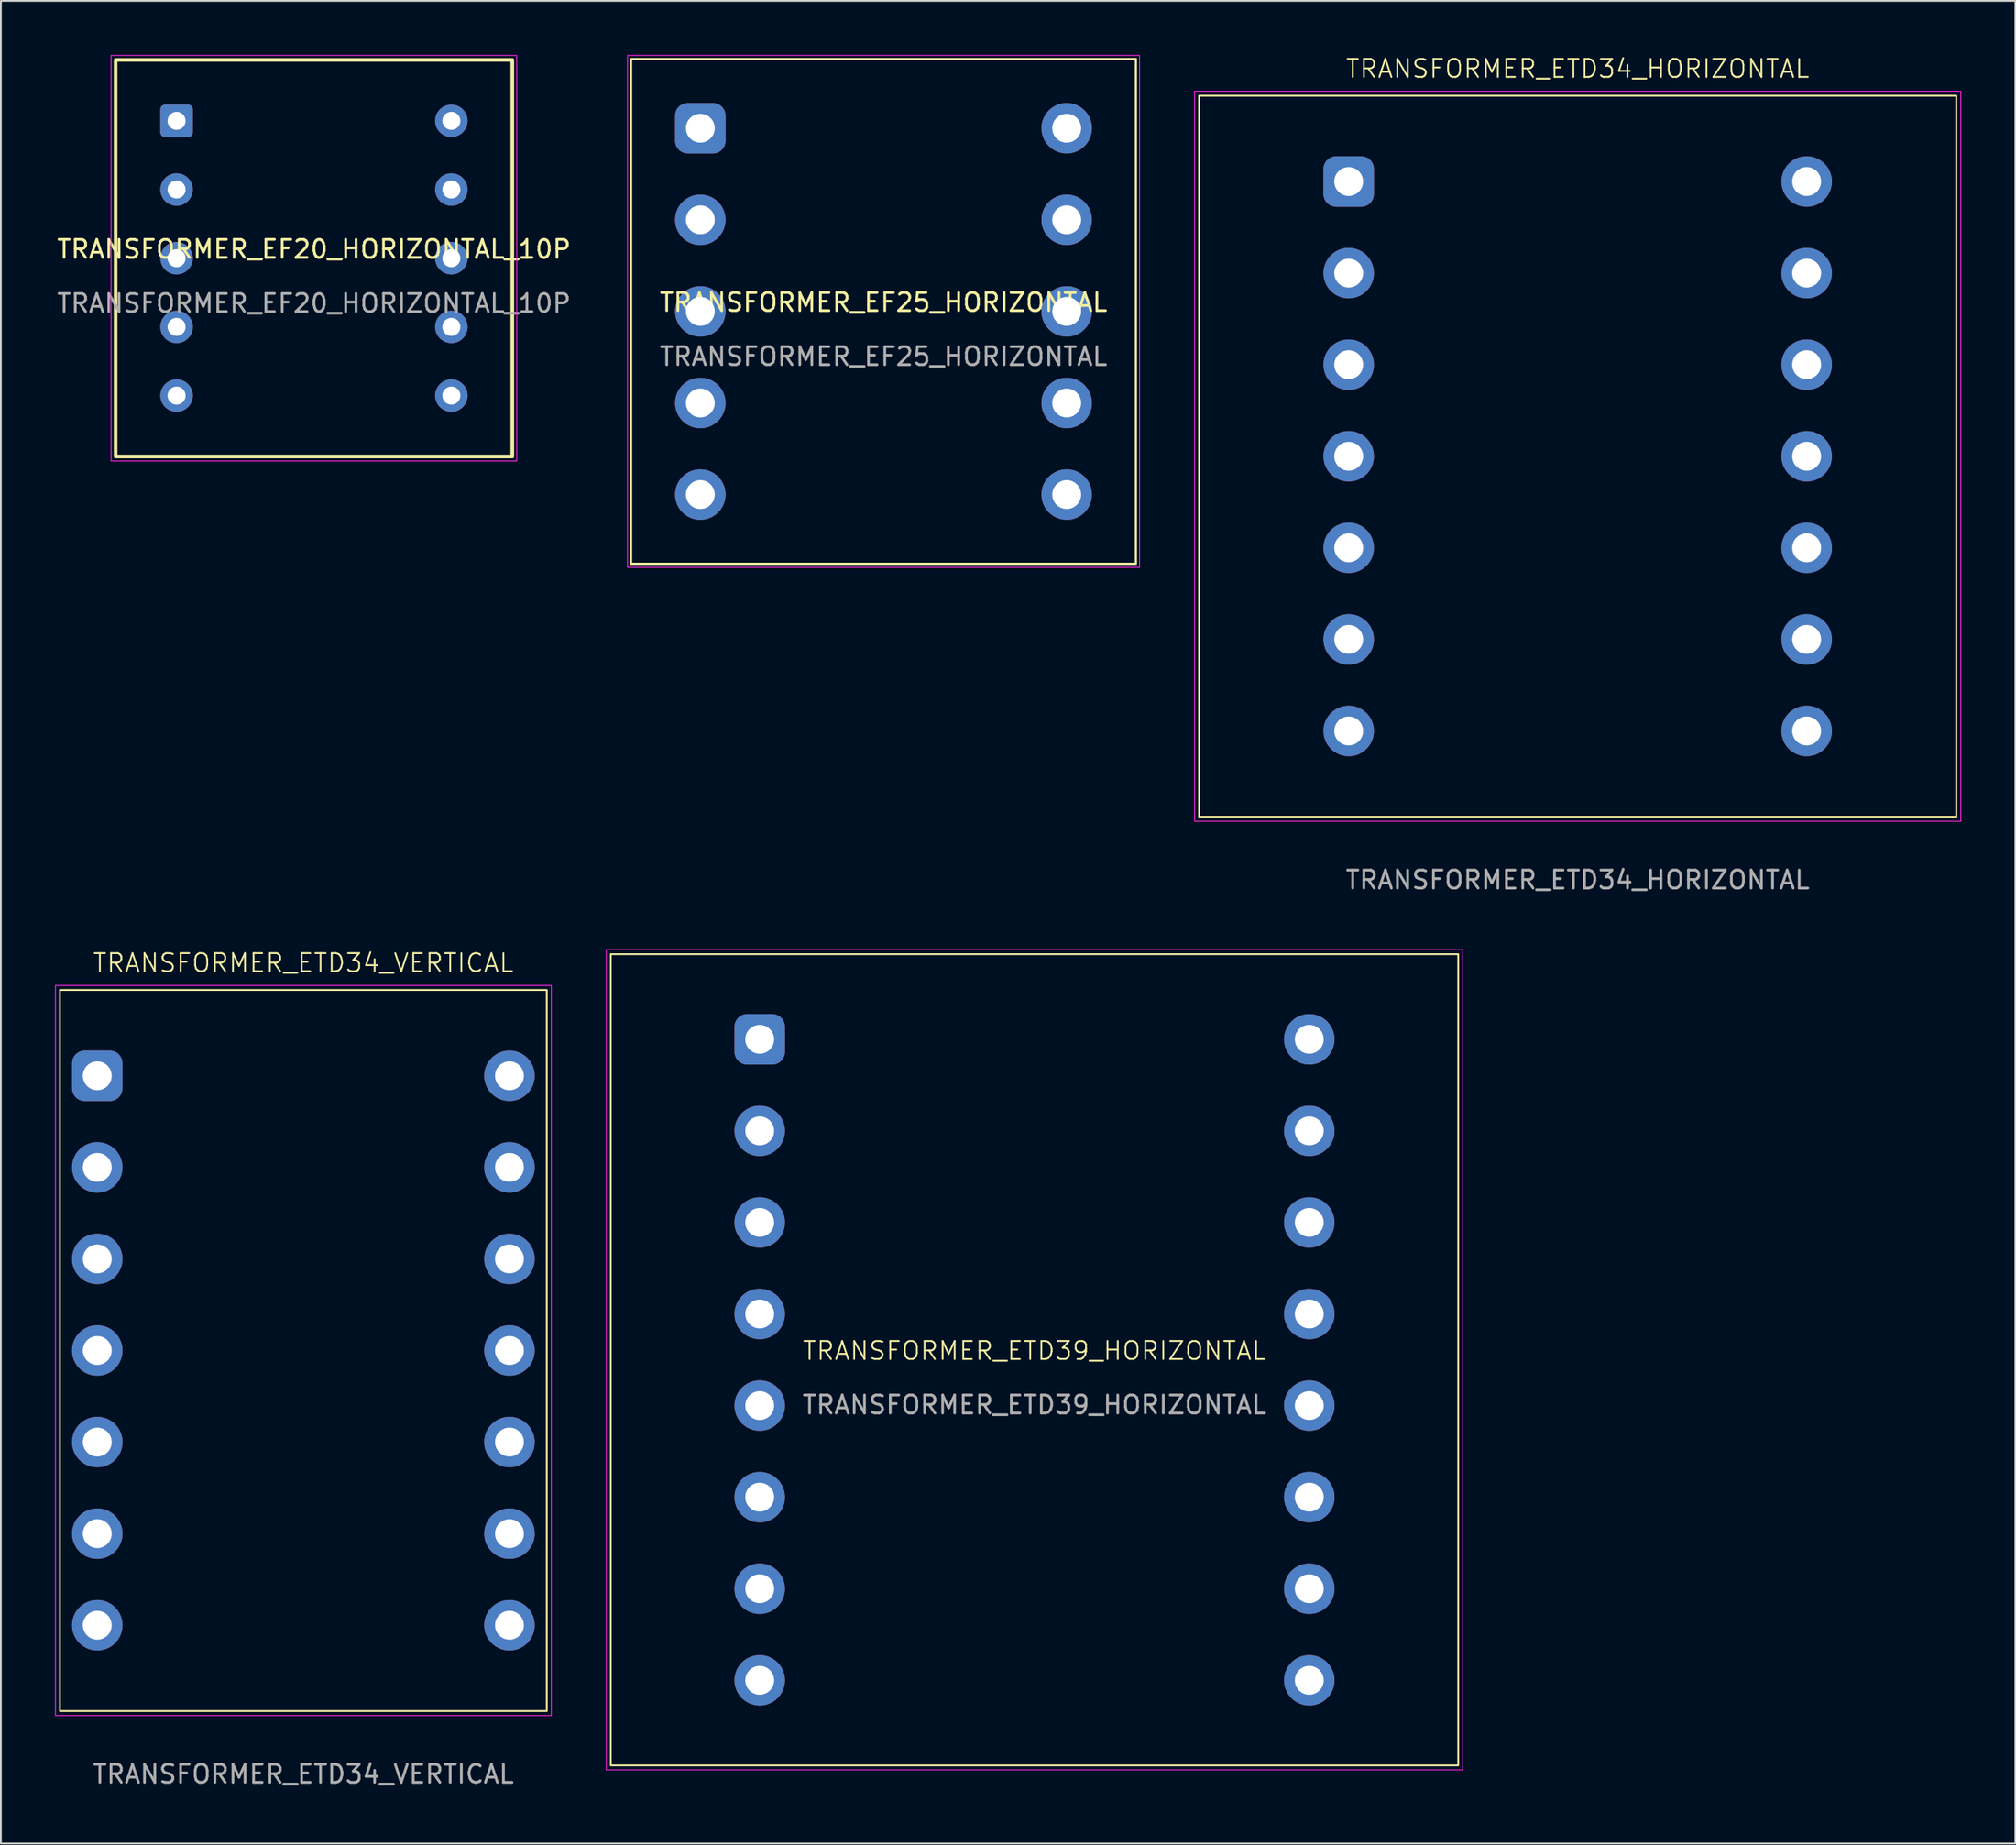
<source format=kicad_pcb>
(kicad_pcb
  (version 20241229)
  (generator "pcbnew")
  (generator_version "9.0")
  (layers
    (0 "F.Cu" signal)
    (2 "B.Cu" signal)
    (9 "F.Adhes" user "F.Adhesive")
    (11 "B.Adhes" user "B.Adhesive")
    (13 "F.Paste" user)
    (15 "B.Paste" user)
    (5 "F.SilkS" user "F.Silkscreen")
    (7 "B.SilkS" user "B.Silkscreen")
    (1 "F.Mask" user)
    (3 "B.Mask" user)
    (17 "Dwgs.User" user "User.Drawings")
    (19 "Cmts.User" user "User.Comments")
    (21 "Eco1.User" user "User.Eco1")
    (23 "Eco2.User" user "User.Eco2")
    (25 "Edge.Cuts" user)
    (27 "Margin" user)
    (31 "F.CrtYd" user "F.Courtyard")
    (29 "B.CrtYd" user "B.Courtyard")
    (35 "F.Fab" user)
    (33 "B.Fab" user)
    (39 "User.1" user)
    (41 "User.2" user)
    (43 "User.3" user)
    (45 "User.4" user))
  (footprint "TRANSFORMER_ETD39_HORIZONTAL"
    (layer "F.Cu")
    (at 54.325 72.384)
    (property "Reference" "TRANSFORMER_ETD39_HORIZONTAL" (at 0 -0.5 0) (unlocked yes) (layer "F.SilkS") (effects (font (size 1 1) (thickness 0.1))))
    (attr through_hole)
    (fp_rect (start -23.5 -22.5) (end 23.5 22.5) (stroke (width 0.1) (type default)) (fill no) (layer "F.SilkS"))
    (fp_rect (start -23.75 -22.75) (end 23.75 22.75) (stroke (width 0.05) (type default)) (fill no) (layer "F.CrtYd"))
    (fp_text user "${REFERENCE}" (at 0 2.5 0) (unlocked yes) (layer "F.Fab") (effects (font (size 1 1) (thickness 0.15))))
    (pad "1" thru_hole roundrect (at -15.24 -17.78 180) (size 2.8 2.8) (drill 1.6) (layers "*.Cu" "*.Mask") (roundrect_rratio 0.25))
    (pad "2" thru_hole circle (at -15.24 -12.7 180) (size 2.8 2.8) (drill 1.6) (layers "*.Cu" "*.Mask"))
    (pad "3" thru_hole circle (at -15.24 -7.62 180) (size 2.8 2.8) (drill 1.6) (layers "*.Cu" "*.Mask"))
    (pad "4" thru_hole circle (at -15.24 -2.54 180) (size 2.8 2.8) (drill 1.6) (layers "*.Cu" "*.Mask"))
    (pad "5" thru_hole circle (at -15.24 2.54 180) (size 2.8 2.8) (drill 1.6) (layers "*.Cu" "*.Mask"))
    (pad "6" thru_hole circle (at -15.24 7.62 180) (size 2.8 2.8) (drill 1.6) (layers "*.Cu" "*.Mask"))
    (pad "7" thru_hole circle (at -15.24 12.7 180) (size 2.8 2.8) (drill 1.6) (layers "*.Cu" "*.Mask"))
    (pad "8" thru_hole circle (at -15.24 17.78 180) (size 2.8 2.8) (drill 1.6) (layers "*.Cu" "*.Mask"))
    (pad "9" thru_hole circle (at 15.24 17.78 180) (size 2.8 2.8) (drill 1.6) (layers "*.Cu" "*.Mask"))
    (pad "10" thru_hole circle (at 15.24 12.7 180) (size 2.8 2.8) (drill 1.6) (layers "*.Cu" "*.Mask"))
    (pad "11" thru_hole circle (at 15.24 7.62 180) (size 2.8 2.8) (drill 1.6) (layers "*.Cu" "*.Mask"))
    (pad "12" thru_hole circle (at 15.24 2.54 180) (size 2.8 2.8) (drill 1.6) (layers "*.Cu" "*.Mask"))
    (pad "13" thru_hole circle (at 15.24 -2.54 180) (size 2.8 2.8) (drill 1.6) (layers "*.Cu" "*.Mask"))
    (pad "14" thru_hole circle (at 15.24 -7.62 180) (size 2.8 2.8) (drill 1.6) (layers "*.Cu" "*.Mask"))
    (pad "15" thru_hole circle (at 15.24 -12.7 180) (size 2.8 2.8) (drill 1.6) (layers "*.Cu" "*.Mask"))
    (pad "16" thru_hole circle (at 15.24 -17.78 180) (size 2.8 2.8) (drill 1.6) (layers "*.Cu" "*.Mask")))
  (footprint "TRANSFORMER_ETD34_HORIZONTAL"
    (layer "F.Cu")
    (at 84.451 22.261)
    (property "Reference" "TRANSFORMER_ETD34_HORIZONTAL" (at 0 -21.5 0) (unlocked yes) (layer "F.SilkS") (effects (font (size 1 1) (thickness 0.1))))
    (attr through_hole)
    (fp_rect (start -21 -20) (end 21 20) (stroke (width 0.1) (type default)) (fill no) (layer "F.SilkS"))
    (fp_rect (start -21.25 -20.25) (end 21.25 20.25) (stroke (width 0.05) (type default)) (fill no) (layer "F.CrtYd"))
    (fp_text user "${REFERENCE}" (at 0 23.5 0) (unlocked yes) (layer "F.Fab") (effects (font (size 1 1) (thickness 0.15))))
    (pad "1" thru_hole roundrect (at -12.7 -15.24 180) (size 2.8 2.8) (drill 1.6) (layers "*.Cu" "*.Mask") (roundrect_rratio 0.25))
    (pad "2" thru_hole circle (at -12.7 -10.16 180) (size 2.8 2.8) (drill 1.6) (layers "*.Cu" "*.Mask"))
    (pad "3" thru_hole circle (at -12.7 -5.08 180) (size 2.8 2.8) (drill 1.6) (layers "*.Cu" "*.Mask"))
    (pad "4" thru_hole circle (at -12.7 0 180) (size 2.8 2.8) (drill 1.6) (layers "*.Cu" "*.Mask"))
    (pad "5" thru_hole circle (at -12.7 5.08 180) (size 2.8 2.8) (drill 1.6) (layers "*.Cu" "*.Mask"))
    (pad "6" thru_hole circle (at -12.7 10.16 180) (size 2.8 2.8) (drill 1.6) (layers "*.Cu" "*.Mask"))
    (pad "7" thru_hole circle (at -12.7 15.24 180) (size 2.8 2.8) (drill 1.6) (layers "*.Cu" "*.Mask"))
    (pad "8" thru_hole circle (at 12.7 15.24 180) (size 2.8 2.8) (drill 1.6) (layers "*.Cu" "*.Mask"))
    (pad "9" thru_hole circle (at 12.7 10.16 180) (size 2.8 2.8) (drill 1.6) (layers "*.Cu" "*.Mask"))
    (pad "10" thru_hole circle (at 12.7 5.08 180) (size 2.8 2.8) (drill 1.6) (layers "*.Cu" "*.Mask"))
    (pad "11" thru_hole circle (at 12.7 0 180) (size 2.8 2.8) (drill 1.6) (layers "*.Cu" "*.Mask"))
    (pad "12" thru_hole circle (at 12.7 -5.08 180) (size 2.8 2.8) (drill 1.6) (layers "*.Cu" "*.Mask"))
    (pad "13" thru_hole circle (at 12.7 -10.16 180) (size 2.8 2.8) (drill 1.6) (layers "*.Cu" "*.Mask"))
    (pad "14" thru_hole circle (at 12.7 -15.24 180) (size 2.8 2.8) (drill 1.6) (layers "*.Cu" "*.Mask")))
  (footprint "TRANSFORMER_EF25_HORIZONTAL"
    (layer "F.Cu")
    (at 45.951 14.225)
    (property "Reference" "TRANSFORMER_EF25_HORIZONTAL" (at 0 -0.5 0) (unlocked yes) (layer "F.SilkS") (effects (font (size 1 1) (thickness 0.15))))
    (attr smd)
    (fp_rect (start -14 -14) (end 14 14) (stroke (width 0.12) (type solid)) (fill no) (layer "F.SilkS"))
    (fp_rect (start -14.2 -14.2) (end 14.2 14.2) (stroke (width 0.05) (type solid)) (fill no) (layer "F.CrtYd"))
    (fp_text user "${REFERENCE}" (at 0 2.5 0) (unlocked yes) (layer "F.Fab") (effects (font (size 1 1) (thickness 0.15))))
    (pad "1" thru_hole roundrect (at -10.16 -10.16) (size 2.8 2.8) (drill 1.6) (layers "*.Cu" "*.Mask") (roundrect_rratio 0.25))
    (pad "2" thru_hole circle (at -10.16 -5.08) (size 2.8 2.8) (drill 1.6) (layers "*.Cu" "*.Mask"))
    (pad "3" thru_hole circle (at -10.16 0) (size 2.8 2.8) (drill 1.6) (layers "*.Cu" "*.Mask"))
    (pad "4" thru_hole circle (at -10.16 5.08) (size 2.8 2.8) (drill 1.6) (layers "*.Cu" "*.Mask"))
    (pad "5" thru_hole circle (at -10.16 10.16) (size 2.8 2.8) (drill 1.6) (layers "*.Cu" "*.Mask"))
    (pad "6" thru_hole circle (at 10.16 10.16) (size 2.8 2.8) (drill 1.6) (layers "*.Cu" "*.Mask"))
    (pad "7" thru_hole circle (at 10.16 5.08) (size 2.8 2.8) (drill 1.6) (layers "*.Cu" "*.Mask"))
    (pad "8" thru_hole circle (at 10.16 0) (size 2.8 2.8) (drill 1.6) (layers "*.Cu" "*.Mask"))
    (pad "9" thru_hole circle (at 10.16 -5.08) (size 2.8 2.8) (drill 1.6) (layers "*.Cu" "*.Mask"))
    (pad "10" thru_hole circle (at 10.16 -10.16) (size 2.8 2.8) (drill 1.6) (layers "*.Cu" "*.Mask")))
  (footprint "TRANSFORMER_EF20_HORIZONTAL_10P"
    (layer "F.Cu")
    (at 14.363 11.275)
    (property "Reference" "TRANSFORMER_EF20_HORIZONTAL_10P" (at 0 -0.5 0) (unlocked yes) (layer "F.SilkS") (effects (font (size 1 1) (thickness 0.15))))
    (attr through_hole)
    (fp_rect (start -11 -11) (end 11 11) (stroke (width 0.2) (type default)) (fill no) (layer "F.SilkS"))
    (fp_rect (start -11.25 -11.25) (end 11.25 11.25) (stroke (width 0.05) (type default)) (fill no) (layer "F.CrtYd"))
    (fp_text user "${REFERENCE}" (at 0 2.5 0) (unlocked yes) (layer "F.Fab") (effects (font (size 1 1) (thickness 0.15))))
    (pad "1" thru_hole roundrect (at -7.62 -7.62) (size 1.8 1.8) (drill 1) (layers "*.Cu" "*.Mask") (roundrect_rratio 0.139))
    (pad "2" thru_hole circle (at -7.62 -3.81) (size 1.8 1.8) (drill 1) (layers "*.Cu" "*.Mask"))
    (pad "3" thru_hole circle (at -7.62 0) (size 1.8 1.8) (drill 1) (layers "*.Cu" "*.Mask"))
    (pad "4" thru_hole circle (at -7.62 3.81) (size 1.8 1.8) (drill 1) (layers "*.Cu" "*.Mask"))
    (pad "5" thru_hole circle (at -7.62 7.62) (size 1.8 1.8) (drill 1) (layers "*.Cu" "*.Mask"))
    (pad "6" thru_hole circle (at 7.62 7.62) (size 1.8 1.8) (drill 1) (layers "*.Cu" "*.Mask"))
    (pad "7" thru_hole circle (at 7.62 3.81) (size 1.8 1.8) (drill 1) (layers "*.Cu" "*.Mask"))
    (pad "8" thru_hole circle (at 7.62 0) (size 1.8 1.8) (drill 1) (layers "*.Cu" "*.Mask"))
    (pad "9" thru_hole circle (at 7.62 -3.81) (size 1.8 1.8) (drill 1) (layers "*.Cu" "*.Mask"))
    (pad "10" thru_hole circle (at 7.62 -7.62) (size 1.8 1.8) (drill 1) (layers "*.Cu" "*.Mask")))
  (footprint "TRANSFORMER_ETD34_VERTICAL"
    (layer "F.Cu")
    (at 13.775 71.869)
    (property "Reference" "TRANSFORMER_ETD34_VERTICAL" (at 0 -21.5 0) (unlocked yes) (layer "F.SilkS") (effects (font (size 1 1) (thickness 0.1))))
    (attr through_hole)
    (fp_rect (start -13.5 -20) (end 13.5 20) (stroke (width 0.1) (type default)) (fill no) (layer "F.SilkS"))
    (fp_rect (start -13.75 -20.25) (end 13.75 20.25) (stroke (width 0.05) (type default)) (fill no) (layer "F.CrtYd"))
    (fp_text user "${REFERENCE}" (at 0 23.5 0) (unlocked yes) (layer "F.Fab") (effects (font (size 1 1) (thickness 0.15))))
    (pad "1" thru_hole roundrect (at -11.43 -15.24 180) (size 2.8 2.8) (drill 1.6) (layers "*.Cu" "*.Mask") (roundrect_rratio 0.25))
    (pad "2" thru_hole circle (at -11.43 -10.16 180) (size 2.8 2.8) (drill 1.6) (layers "*.Cu" "*.Mask"))
    (pad "3" thru_hole circle (at -11.43 -5.08 180) (size 2.8 2.8) (drill 1.6) (layers "*.Cu" "*.Mask"))
    (pad "4" thru_hole circle (at -11.43 0 180) (size 2.8 2.8) (drill 1.6) (layers "*.Cu" "*.Mask"))
    (pad "5" thru_hole circle (at -11.43 5.08 180) (size 2.8 2.8) (drill 1.6) (layers "*.Cu" "*.Mask"))
    (pad "6" thru_hole circle (at -11.43 10.16 180) (size 2.8 2.8) (drill 1.6) (layers "*.Cu" "*.Mask"))
    (pad "7" thru_hole circle (at -11.43 15.24 180) (size 2.8 2.8) (drill 1.6) (layers "*.Cu" "*.Mask"))
    (pad "8" thru_hole circle (at 11.43 15.24 180) (size 2.8 2.8) (drill 1.6) (layers "*.Cu" "*.Mask"))
    (pad "9" thru_hole circle (at 11.43 10.16 180) (size 2.8 2.8) (drill 1.6) (layers "*.Cu" "*.Mask"))
    (pad "10" thru_hole circle (at 11.43 5.08 180) (size 2.8 2.8) (drill 1.6) (layers "*.Cu" "*.Mask"))
    (pad "11" thru_hole circle (at 11.43 0 180) (size 2.8 2.8) (drill 1.6) (layers "*.Cu" "*.Mask"))
    (pad "12" thru_hole circle (at 11.43 -5.08 180) (size 2.8 2.8) (drill 1.6) (layers "*.Cu" "*.Mask"))
    (pad "13" thru_hole circle (at 11.43 -10.16 180) (size 2.8 2.8) (drill 1.6) (layers "*.Cu" "*.Mask"))
    (pad "14" thru_hole circle (at 11.43 -15.24 180) (size 2.8 2.8) (drill 1.6) (layers "*.Cu" "*.Mask")))
  (gr_rect
    (start -3 -3)
    (end 108.726 99.218)
    (stroke (width 0.1) (type default))
    (fill no)
    (layer "Edge.Cuts")))
</source>
